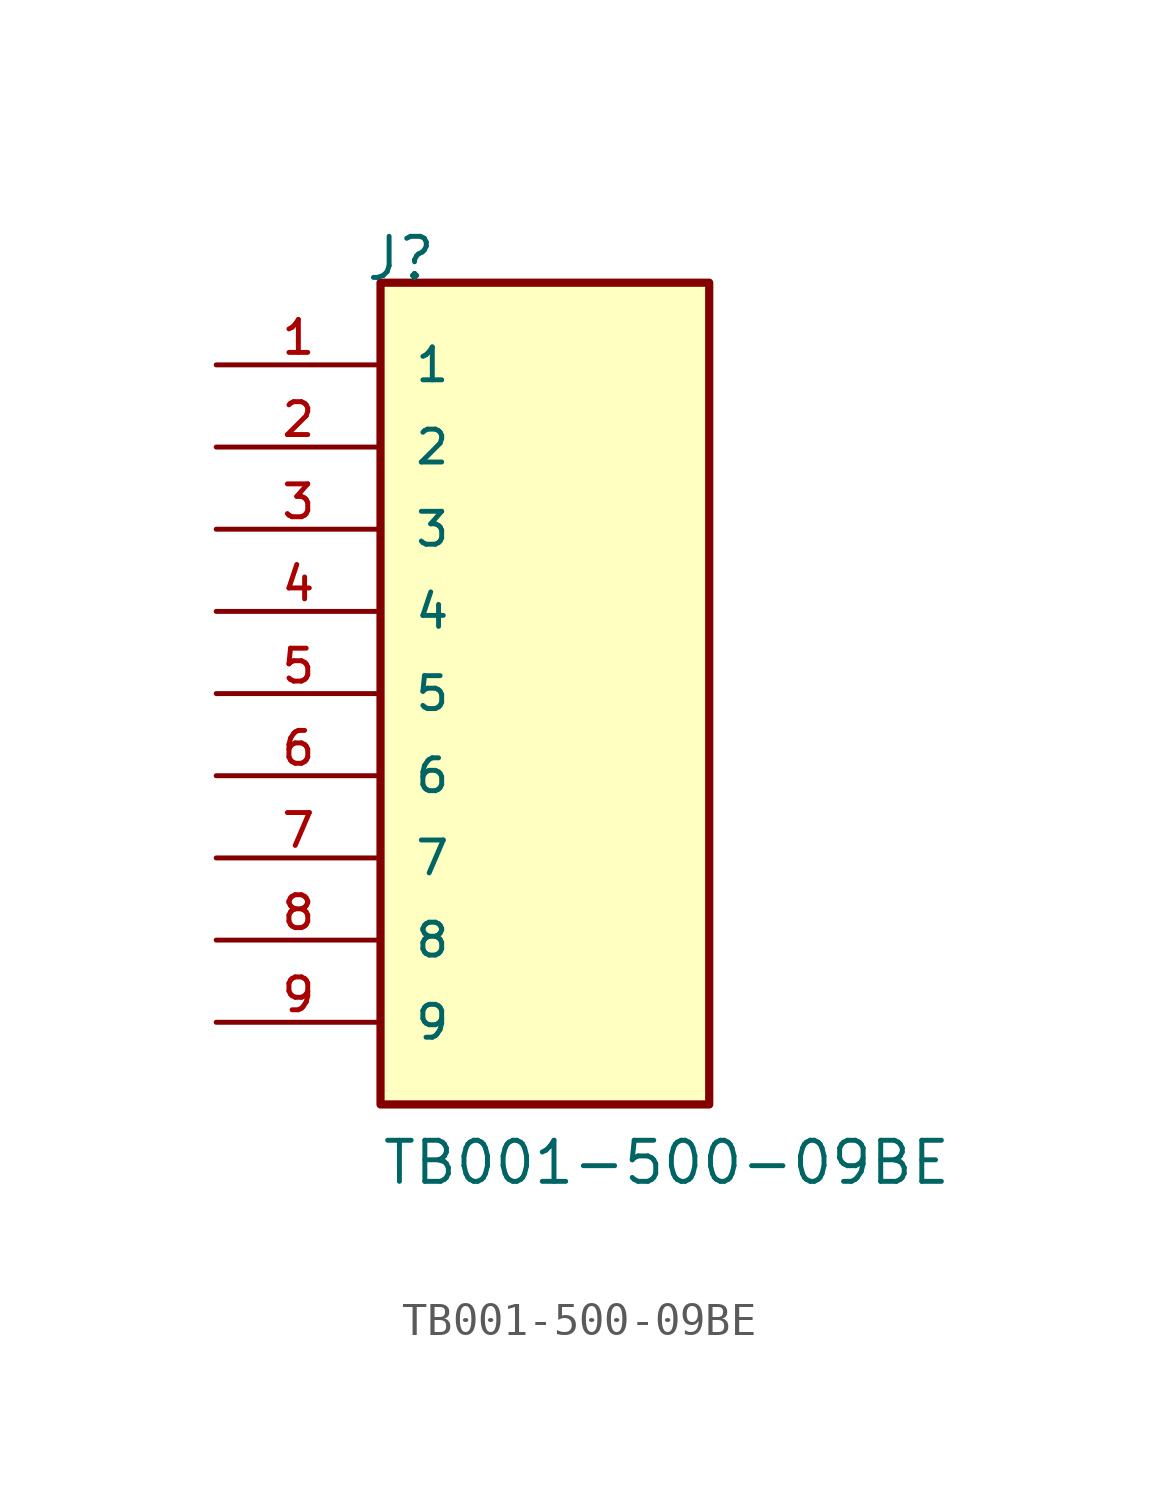
<source format=kicad_sym>
(kicad_symbol_lib
  (version 20211014)
  (generator kicad_symbol_editor)
  (symbol "TB001-500-09BE"
    (pin_names
      (offset 1.016))
    (property "Reference" "J"
      (at -5.58 12.7 0)
      (effects (font (size 1.27 1.27)) (justify bottom left)))
    (property "Value" "TB001-500-09BE"
      (at -5.08 -15.24 0)
      (effects (font (size 1.27 1.27)) (justify bottom left)))
    (symbol "TB001-500-09BE_0_0"
      (rectangle (start -5.08 -12.7) (end 5.08 12.7) (stroke (width 0.254)) (fill (type background)))
      (pin passive line (at -10.16 10.16 0) (length 5.08) (name "1" (effects (font (size 1.016 1.016)))) (number "1" (effects (font (size 1.016 1.016)))))
      (pin passive line (at -10.16 7.62 0) (length 5.08) (name "2" (effects (font (size 1.016 1.016)))) (number "2" (effects (font (size 1.016 1.016)))))
      (pin passive line (at -10.16 5.08 0) (length 5.08) (name "3" (effects (font (size 1.016 1.016)))) (number "3" (effects (font (size 1.016 1.016)))))
      (pin passive line (at -10.16 2.54 0) (length 5.08) (name "4" (effects (font (size 1.016 1.016)))) (number "4" (effects (font (size 1.016 1.016)))))
      (pin passive line (at -10.16 0.0 0) (length 5.08) (name "5" (effects (font (size 1.016 1.016)))) (number "5" (effects (font (size 1.016 1.016)))))
      (pin passive line (at -10.16 -2.54 0) (length 5.08) (name "6" (effects (font (size 1.016 1.016)))) (number "6" (effects (font (size 1.016 1.016)))))
      (pin passive line (at -10.16 -5.08 0) (length 5.08) (name "7" (effects (font (size 1.016 1.016)))) (number "7" (effects (font (size 1.016 1.016)))))
      (pin passive line (at -10.16 -7.62 0) (length 5.08) (name "8" (effects (font (size 1.016 1.016)))) (number "8" (effects (font (size 1.016 1.016)))))
      (pin passive line (at -10.16 -10.16 0) (length 5.08) (name "9" (effects (font (size 1.016 1.016)))) (number "9" (effects (font (size 1.016 1.016))))))))
</source>
